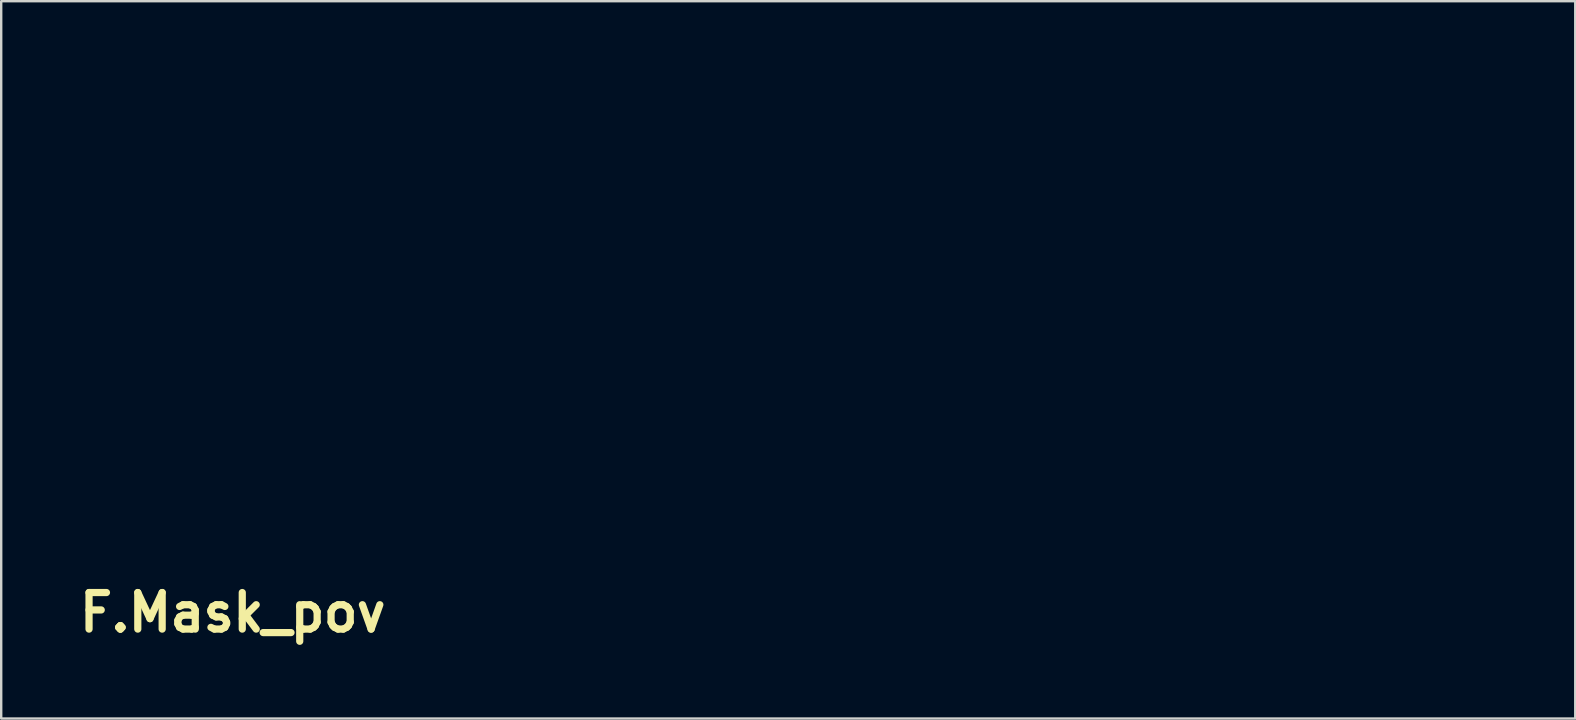
<source format=kicad_pcb>
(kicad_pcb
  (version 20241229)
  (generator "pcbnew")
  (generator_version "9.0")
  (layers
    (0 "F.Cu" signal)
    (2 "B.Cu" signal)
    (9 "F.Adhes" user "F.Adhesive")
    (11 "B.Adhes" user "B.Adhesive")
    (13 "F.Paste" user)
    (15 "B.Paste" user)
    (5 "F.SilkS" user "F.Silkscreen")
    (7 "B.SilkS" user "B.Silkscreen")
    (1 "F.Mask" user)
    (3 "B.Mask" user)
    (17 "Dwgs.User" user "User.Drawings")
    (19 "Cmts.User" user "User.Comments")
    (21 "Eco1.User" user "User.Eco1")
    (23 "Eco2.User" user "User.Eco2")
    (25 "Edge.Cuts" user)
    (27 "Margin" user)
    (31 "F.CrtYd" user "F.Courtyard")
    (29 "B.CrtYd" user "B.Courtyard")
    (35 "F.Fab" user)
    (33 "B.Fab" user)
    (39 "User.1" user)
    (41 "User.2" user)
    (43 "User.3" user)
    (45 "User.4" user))
  (footprint "F.Mask_pov"
    (layer "F.Cu")
    (at 6.648 22.48)
    (property "Reference" "F.Mask_pov" (at 0 0 0) (layer "F.SilkS") (effects (font (size 1.524 1.524) (thickness 0.3))))
    (attr through_hole)
    (fp_poly (pts (xy 15.47 -22.412) (xy 15.704 -22.412) (xy 15.953 -22.411) (xy 16.214 -22.41) (xy 16.288 -22.409) (xy 16.606 -22.408) (xy 16.885 -22.406) (xy 17.128 -22.404) (xy 17.338 -22.402) (xy 17.519 -22.399) (xy 17.673 -22.396) (xy 17.805 -22.391) (xy 17.917 -22.386) (xy 18.013 -22.379) (xy 18.095 -22.371) (xy 18.167 -22.361) (xy 18.233 -22.349) (xy 18.295 -22.335) (xy 18.357 -22.318) (xy 18.422 -22.299) (xy 18.493 -22.278) (xy 18.5 -22.276) (xy 18.788 -22.169) (xy 19.047 -22.033) (xy 19.277 -21.871) (xy 19.476 -21.682) (xy 19.642 -21.469) (xy 19.773 -21.234) (xy 19.869 -20.976) (xy 19.878 -20.944) (xy 19.907 -20.799) (xy 19.923 -20.627) (xy 19.928 -20.441) (xy 19.92 -20.256) (xy 19.901 -20.084) (xy 19.88 -19.977) (xy 19.796 -19.716) (xy 19.68 -19.483) (xy 19.532 -19.277) (xy 19.353 -19.101) (xy 19.144 -18.953) (xy 18.906 -18.836) (xy 18.799 -18.797) (xy 18.657 -18.754) (xy 18.507 -18.717) (xy 18.346 -18.688) (xy 18.168 -18.665) (xy 17.969 -18.648) (xy 17.743 -18.636) (xy 17.485 -18.629) (xy 17.192 -18.627) (xy 17.14 -18.627) (xy 16.489 -18.627) (xy 16.489 -17.056) (xy 16.345 -16.912) (xy 15.438 -16.913) (xy 15.212 -16.913) (xy 15.024 -16.914) (xy 14.872 -16.916) (xy 14.75 -16.918) (xy 14.656 -16.921) (xy 14.585 -16.925) (xy 14.534 -16.93) (xy 14.5 -16.936) (xy 14.477 -16.943) (xy 14.473 -16.945) (xy 14.424 -16.981) (xy 14.394 -17.017) (xy 14.39 -17.045) (xy 14.387 -17.116) (xy 14.384 -17.228) (xy 14.381 -17.383) (xy 14.379 -17.579) (xy 14.377 -17.818) (xy 14.375 -18.099) (xy 14.374 -18.422) (xy 14.373 -18.788) (xy 14.372 -19.195) (xy 14.372 -19.645) (xy 14.372 -19.67) (xy 14.372 -20.934) (xy 16.489 -20.934) (xy 16.489 -20.087) (xy 17.002 -20.087) (xy 17.154 -20.088) (xy 17.294 -20.091) (xy 17.416 -20.095) (xy 17.512 -20.1) (xy 17.576 -20.106) (xy 17.594 -20.109) (xy 17.687 -20.151) (xy 17.771 -20.217) (xy 17.83 -20.293) (xy 17.831 -20.296) (xy 17.869 -20.412) (xy 17.875 -20.535) (xy 17.851 -20.655) (xy 17.8 -20.763) (xy 17.725 -20.851) (xy 17.638 -20.905) (xy 17.603 -20.915) (xy 17.548 -20.922) (xy 17.467 -20.928) (xy 17.357 -20.931) (xy 17.213 -20.933) (xy 17.031 -20.934) (xy 16.489 -20.934) (xy 14.372 -20.934) (xy 14.372 -22.283) (xy 14.427 -22.338) (xy 14.484 -22.38) (xy 14.547 -22.405) (xy 14.55 -22.406) (xy 14.581 -22.408) (xy 14.652 -22.409) (xy 14.758 -22.411) (xy 14.896 -22.411) (xy 15.063 -22.412) (xy 15.255 -22.412) (xy 15.47 -22.412)) (stroke (width 0.01) (type solid)) (fill yes) (layer "F.Mask"))
    (fp_poly (pts (xy 43.596 -22.472) (xy 43.774 -22.465) (xy 43.935 -22.455) (xy 44.07 -22.442) (xy 44.143 -22.43) (xy 44.45 -22.362) (xy 44.738 -22.28) (xy 44.996 -22.186) (xy 45.073 -22.153) (xy 45.234 -22.068) (xy 45.407 -21.955) (xy 45.583 -21.82) (xy 45.751 -21.672) (xy 45.902 -21.519) (xy 45.992 -21.413) (xy 46.099 -21.265) (xy 46.184 -21.119) (xy 46.245 -20.98) (xy 46.282 -20.853) (xy 46.291 -20.744) (xy 46.273 -20.655) (xy 46.24 -20.605) (xy 46.188 -20.553) (xy 45.225 -20.553) (xy 44.993 -20.553) (xy 44.786 -20.555) (xy 44.605 -20.557) (xy 44.454 -20.56) (xy 44.337 -20.563) (xy 44.254 -20.568) (xy 44.211 -20.573) (xy 44.207 -20.574) (xy 44.164 -20.599) (xy 44.105 -20.646) (xy 44.048 -20.699) (xy 43.972 -20.765) (xy 43.883 -20.828) (xy 43.821 -20.863) (xy 43.768 -20.888) (xy 43.721 -20.905) (xy 43.671 -20.915) (xy 43.606 -20.921) (xy 43.518 -20.923) (xy 43.423 -20.923) (xy 43.213 -20.914) (xy 43.037 -20.884) (xy 42.891 -20.832) (xy 42.772 -20.757) (xy 42.676 -20.658) (xy 42.64 -20.606) (xy 42.577 -20.503) (xy 42.57 -19.733) (xy 42.569 -19.508) (xy 42.568 -19.321) (xy 42.57 -19.168) (xy 42.574 -19.044) (xy 42.582 -18.945) (xy 42.593 -18.866) (xy 42.609 -18.803) (xy 42.63 -18.752) (xy 42.658 -18.708) (xy 42.691 -18.667) (xy 42.733 -18.624) (xy 42.743 -18.614) (xy 42.87 -18.516) (xy 43.027 -18.444) (xy 43.207 -18.398) (xy 43.406 -18.379) (xy 43.619 -18.388) (xy 43.804 -18.419) (xy 43.961 -18.47) (xy 44.098 -18.547) (xy 44.21 -18.646) (xy 44.292 -18.761) (xy 44.331 -18.865) (xy 44.345 -18.923) (xy 43.79 -18.923) (xy 43.646 -19.067) (xy 43.646 -20.091) (xy 43.718 -20.163) (xy 43.79 -20.235) (xy 46.211 -20.235) (xy 46.285 -20.161) (xy 46.359 -20.087) (xy 46.349 -19.426) (xy 46.345 -19.217) (xy 46.341 -19.044) (xy 46.335 -18.901) (xy 46.327 -18.782) (xy 46.315 -18.681) (xy 46.3 -18.591) (xy 46.281 -18.506) (xy 46.256 -18.42) (xy 46.226 -18.328) (xy 46.223 -18.32) (xy 46.115 -18.067) (xy 45.971 -17.836) (xy 45.792 -17.627) (xy 45.58 -17.44) (xy 45.334 -17.277) (xy 45.058 -17.138) (xy 44.751 -17.024) (xy 44.415 -16.935) (xy 44.106 -16.881) (xy 43.961 -16.864) (xy 43.787 -16.852) (xy 43.598 -16.843) (xy 43.404 -16.838) (xy 43.219 -16.838) (xy 43.055 -16.843) (xy 42.958 -16.849) (xy 42.573 -16.898) (xy 42.217 -16.973) (xy 41.891 -17.073) (xy 41.597 -17.199) (xy 41.334 -17.35) (xy 41.104 -17.524) (xy 40.907 -17.723) (xy 40.745 -17.945) (xy 40.666 -18.087) (xy 40.596 -18.251) (xy 40.533 -18.44) (xy 40.485 -18.636) (xy 40.467 -18.733) (xy 40.459 -18.812) (xy 40.451 -18.925) (xy 40.446 -19.067) (xy 40.442 -19.23) (xy 40.439 -19.408) (xy 40.438 -19.594) (xy 40.438 -19.783) (xy 40.44 -19.966) (xy 40.443 -20.139) (xy 40.447 -20.293) (xy 40.453 -20.424) (xy 40.461 -20.523) (xy 40.468 -20.574) (xy 40.542 -20.875) (xy 40.65 -21.151) (xy 40.792 -21.403) (xy 40.968 -21.629) (xy 41.177 -21.83) (xy 41.419 -22.005) (xy 41.693 -22.154) (xy 42 -22.277) (xy 42.338 -22.373) (xy 42.707 -22.442) (xy 42.765 -22.449) (xy 42.892 -22.462) (xy 43.048 -22.47) (xy 43.224 -22.475) (xy 43.409 -22.475) (xy 43.596 -22.472)) (stroke (width 0.01) (type solid)) (fill yes) (layer "F.Mask"))
    (fp_poly (pts (xy 35.154 -22.413) (xy 35.394 -22.412) (xy 35.671 -22.411) (xy 35.987 -22.409) (xy 35.99 -22.409) (xy 36.31 -22.408) (xy 36.591 -22.406) (xy 36.835 -22.404) (xy 37.046 -22.402) (xy 37.226 -22.4) (xy 37.378 -22.398) (xy 37.506 -22.395) (xy 37.611 -22.392) (xy 37.698 -22.389) (xy 37.768 -22.385) (xy 37.825 -22.38) (xy 37.872 -22.375) (xy 37.911 -22.369) (xy 37.931 -22.365) (xy 38.252 -22.285) (xy 38.541 -22.179) (xy 38.798 -22.048) (xy 39.022 -21.89) (xy 39.213 -21.708) (xy 39.37 -21.501) (xy 39.456 -21.347) (xy 39.519 -21.208) (xy 39.566 -21.08) (xy 39.598 -20.952) (xy 39.618 -20.812) (xy 39.628 -20.65) (xy 39.63 -20.489) (xy 39.627 -20.3) (xy 39.615 -20.141) (xy 39.593 -20.003) (xy 39.558 -19.874) (xy 39.509 -19.743) (xy 39.466 -19.647) (xy 39.364 -19.469) (xy 39.236 -19.299) (xy 39.09 -19.148) (xy 38.935 -19.026) (xy 38.888 -18.997) (xy 38.827 -18.961) (xy 39.31 -18.058) (xy 39.426 -17.84) (xy 39.524 -17.656) (xy 39.604 -17.503) (xy 39.668 -17.377) (xy 39.717 -17.276) (xy 39.752 -17.195) (xy 39.775 -17.132) (xy 39.787 -17.084) (xy 39.789 -17.047) (xy 39.782 -17.018) (xy 39.768 -16.994) (xy 39.748 -16.971) (xy 39.741 -16.964) (xy 39.689 -16.912) (xy 38.72 -16.913) (xy 38.491 -16.913) (xy 38.3 -16.913) (xy 38.144 -16.914) (xy 38.018 -16.916) (xy 37.918 -16.918) (xy 37.842 -16.921) (xy 37.784 -16.925) (xy 37.74 -16.93) (xy 37.708 -16.937) (xy 37.682 -16.945) (xy 37.664 -16.953) (xy 37.602 -16.987) (xy 37.555 -17.026) (xy 37.545 -17.037) (xy 37.53 -17.066) (xy 37.5 -17.129) (xy 37.456 -17.222) (xy 37.402 -17.34) (xy 37.339 -17.48) (xy 37.268 -17.636) (xy 37.193 -17.805) (xy 37.167 -17.865) (xy 36.819 -18.648) (xy 36.497 -18.648) (xy 36.174 -18.648) (xy 36.174 -17.056) (xy 36.03 -16.912) (xy 34.185 -16.912) (xy 34.116 -16.974) (xy 34.047 -17.036) (xy 34.041 -19.631) (xy 34.04 -20.024) (xy 34.039 -20.376) (xy 34.039 -20.691) (xy 34.038 -20.934) (xy 36.174 -20.934) (xy 36.174 -20.13) (xy 36.709 -20.13) (xy 36.875 -20.13) (xy 37.006 -20.131) (xy 37.104 -20.133) (xy 37.178 -20.137) (xy 37.231 -20.142) (xy 37.269 -20.15) (xy 37.298 -20.16) (xy 37.317 -20.169) (xy 37.38 -20.219) (xy 37.435 -20.292) (xy 37.44 -20.301) (xy 37.467 -20.362) (xy 37.481 -20.421) (xy 37.484 -20.496) (xy 37.482 -20.542) (xy 37.475 -20.631) (xy 37.459 -20.695) (xy 37.43 -20.753) (xy 37.407 -20.789) (xy 37.347 -20.86) (xy 37.285 -20.905) (xy 37.272 -20.91) (xy 37.226 -20.918) (xy 37.142 -20.925) (xy 37.022 -20.93) (xy 36.87 -20.933) (xy 36.69 -20.934) (xy 36.174 -20.934) (xy 34.038 -20.934) (xy 34.038 -20.97) (xy 34.038 -21.215) (xy 34.039 -21.429) (xy 34.04 -21.615) (xy 34.042 -21.773) (xy 34.044 -21.906) (xy 34.047 -22.017) (xy 34.052 -22.108) (xy 34.057 -22.181) (xy 34.064 -22.238) (xy 34.072 -22.281) (xy 34.081 -22.313) (xy 34.091 -22.335) (xy 34.104 -22.351) (xy 34.118 -22.362) (xy 34.133 -22.37) (xy 34.151 -22.378) (xy 34.165 -22.385) (xy 34.18 -22.391) (xy 34.202 -22.396) (xy 34.233 -22.4) (xy 34.276 -22.404) (xy 34.335 -22.407) (xy 34.411 -22.41) (xy 34.508 -22.411) (xy 34.628 -22.413) (xy 34.774 -22.413) (xy 34.948 -22.413) (xy 35.154 -22.413)) (stroke (width 0.01) (type solid)) (fill yes) (layer "F.Mask"))
    (fp_poly (pts (xy 23.502 -22.473) (xy 23.693 -22.468) (xy 23.849 -22.46) (xy 23.98 -22.45) (xy 24.095 -22.437) (xy 24.202 -22.419) (xy 24.208 -22.418) (xy 24.541 -22.339) (xy 24.851 -22.233) (xy 25.138 -22.102) (xy 25.397 -21.947) (xy 25.626 -21.77) (xy 25.821 -21.573) (xy 25.957 -21.394) (xy 26.078 -21.176) (xy 26.173 -20.928) (xy 26.24 -20.657) (xy 26.269 -20.451) (xy 26.277 -20.348) (xy 26.283 -20.216) (xy 26.286 -20.059) (xy 26.288 -19.886) (xy 26.287 -19.702) (xy 26.285 -19.513) (xy 26.281 -19.326) (xy 26.276 -19.148) (xy 26.269 -18.984) (xy 26.261 -18.842) (xy 26.251 -18.727) (xy 26.241 -18.646) (xy 26.237 -18.63) (xy 26.16 -18.356) (xy 26.059 -18.112) (xy 25.931 -17.891) (xy 25.772 -17.686) (xy 25.72 -17.628) (xy 25.568 -17.477) (xy 25.419 -17.355) (xy 25.261 -17.25) (xy 25.114 -17.171) (xy 24.858 -17.062) (xy 24.568 -16.973) (xy 24.251 -16.905) (xy 23.911 -16.86) (xy 23.554 -16.837) (xy 23.183 -16.837) (xy 22.915 -16.851) (xy 22.629 -16.883) (xy 22.344 -16.933) (xy 22.072 -16.999) (xy 21.824 -17.078) (xy 21.676 -17.137) (xy 21.547 -17.204) (xy 21.404 -17.294) (xy 21.261 -17.398) (xy 21.131 -17.505) (xy 21.076 -17.557) (xy 20.883 -17.774) (xy 20.728 -18.006) (xy 20.608 -18.256) (xy 20.522 -18.53) (xy 20.478 -18.754) (xy 20.469 -18.832) (xy 20.462 -18.946) (xy 20.457 -19.088) (xy 20.452 -19.252) (xy 20.451 -19.295) (xy 22.587 -19.295) (xy 22.588 -19.146) (xy 22.591 -19.026) (xy 22.597 -18.931) (xy 22.605 -18.856) (xy 22.617 -18.797) (xy 22.633 -18.748) (xy 22.654 -18.707) (xy 22.68 -18.668) (xy 22.711 -18.627) (xy 22.712 -18.626) (xy 22.801 -18.543) (xy 22.923 -18.473) (xy 23.068 -18.419) (xy 23.228 -18.385) (xy 23.347 -18.375) (xy 23.408 -18.378) (xy 23.491 -18.386) (xy 23.557 -18.395) (xy 23.73 -18.44) (xy 23.878 -18.514) (xy 23.997 -18.614) (xy 24.002 -18.62) (xy 24.039 -18.664) (xy 24.069 -18.706) (xy 24.094 -18.751) (xy 24.113 -18.804) (xy 24.127 -18.869) (xy 24.137 -18.951) (xy 24.144 -19.055) (xy 24.148 -19.184) (xy 24.15 -19.344) (xy 24.151 -19.54) (xy 24.151 -19.662) (xy 24.15 -19.852) (xy 24.149 -20.025) (xy 24.146 -20.177) (xy 24.142 -20.303) (xy 24.137 -20.397) (xy 24.132 -20.456) (xy 24.13 -20.471) (xy 24.073 -20.6) (xy 23.981 -20.716) (xy 23.86 -20.812) (xy 23.718 -20.882) (xy 23.655 -20.902) (xy 23.515 -20.928) (xy 23.36 -20.935) (xy 23.204 -20.925) (xy 23.06 -20.899) (xy 22.955 -20.863) (xy 22.808 -20.777) (xy 22.697 -20.669) (xy 22.641 -20.585) (xy 22.629 -20.561) (xy 22.62 -20.537) (xy 22.612 -20.507) (xy 22.606 -20.466) (xy 22.601 -20.411) (xy 22.598 -20.337) (xy 22.595 -20.239) (xy 22.593 -20.113) (xy 22.591 -19.956) (xy 22.59 -19.761) (xy 22.589 -19.698) (xy 22.588 -19.478) (xy 22.587 -19.295) (xy 20.451 -19.295) (xy 20.449 -19.431) (xy 20.447 -19.617) (xy 20.447 -19.803) (xy 20.448 -19.984) (xy 20.45 -20.152) (xy 20.454 -20.299) (xy 20.46 -20.42) (xy 20.467 -20.507) (xy 20.469 -20.521) (xy 20.53 -20.824) (xy 20.625 -21.102) (xy 20.753 -21.354) (xy 20.915 -21.581) (xy 21.111 -21.783) (xy 21.341 -21.961) (xy 21.607 -22.115) (xy 21.907 -22.246) (xy 21.985 -22.274) (xy 22.204 -22.344) (xy 22.42 -22.397) (xy 22.641 -22.436) (xy 22.875 -22.461) (xy 23.131 -22.474) (xy 23.418 -22.475) (xy 23.502 -22.473)) (stroke (width 0.01) (type solid)) (fill yes) (layer "F.Mask"))
    (fp_poly (pts (xy 31.881 -22.413) (xy 32.114 -22.411) (xy 32.128 -22.411) (xy 33.003 -22.405) (xy 33.054 -22.346) (xy 33.088 -22.294) (xy 33.104 -22.245) (xy 33.105 -22.241) (xy 33.098 -22.215) (xy 33.077 -22.153) (xy 33.044 -22.057) (xy 33 -21.93) (xy 32.946 -21.774) (xy 32.882 -21.594) (xy 32.81 -21.39) (xy 32.731 -21.168) (xy 32.645 -20.928) (xy 32.555 -20.675) (xy 32.461 -20.411) (xy 32.363 -20.14) (xy 32.264 -19.863) (xy 32.163 -19.584) (xy 32.063 -19.305) (xy 31.964 -19.031) (xy 31.867 -18.763) (xy 31.774 -18.504) (xy 31.684 -18.258) (xy 31.6 -18.026) (xy 31.522 -17.813) (xy 31.452 -17.621) (xy 31.39 -17.453) (xy 31.338 -17.312) (xy 31.296 -17.2) (xy 31.266 -17.121) (xy 31.248 -17.078) (xy 31.245 -17.071) (xy 31.204 -17.023) (xy 31.143 -16.976) (xy 31.115 -16.96) (xy 31.093 -16.949) (xy 31.071 -16.94) (xy 31.044 -16.932) (xy 31.01 -16.926) (xy 30.964 -16.922) (xy 30.903 -16.918) (xy 30.822 -16.916) (xy 30.718 -16.914) (xy 30.586 -16.913) (xy 30.423 -16.913) (xy 30.226 -16.913) (xy 30.015 -16.914) (xy 29.776 -16.914) (xy 29.562 -16.916) (xy 29.376 -16.918) (xy 29.22 -16.921) (xy 29.098 -16.925) (xy 29.011 -16.929) (xy 28.963 -16.934) (xy 28.956 -16.936) (xy 28.867 -16.993) (xy 28.791 -17.086) (xy 28.743 -17.186) (xy 28.706 -17.285) (xy 28.658 -17.414) (xy 28.601 -17.571) (xy 28.534 -17.753) (xy 28.46 -17.957) (xy 28.379 -18.181) (xy 28.292 -18.421) (xy 28.201 -18.674) (xy 28.106 -18.938) (xy 28.008 -19.209) (xy 27.908 -19.485) (xy 27.808 -19.764) (xy 27.709 -20.041) (xy 27.61 -20.314) (xy 27.515 -20.581) (xy 27.423 -20.837) (xy 27.335 -21.082) (xy 27.254 -21.311) (xy 27.178 -21.522) (xy 27.111 -21.711) (xy 27.052 -21.877) (xy 27.003 -22.015) (xy 26.965 -22.124) (xy 26.939 -22.2) (xy 26.926 -22.24) (xy 26.924 -22.246) (xy 26.937 -22.288) (xy 26.97 -22.339) (xy 26.975 -22.346) (xy 27.026 -22.405) (xy 27.907 -22.411) (xy 28.151 -22.412) (xy 28.363 -22.412) (xy 28.541 -22.41) (xy 28.683 -22.407) (xy 28.787 -22.403) (xy 28.852 -22.398) (xy 28.869 -22.395) (xy 28.95 -22.356) (xy 29.031 -22.285) (xy 29.033 -22.283) (xy 29.049 -22.265) (xy 29.064 -22.245) (xy 29.079 -22.221) (xy 29.095 -22.189) (xy 29.113 -22.147) (xy 29.134 -22.091) (xy 29.159 -22.019) (xy 29.189 -21.928) (xy 29.225 -21.815) (xy 29.267 -21.677) (xy 29.318 -21.511) (xy 29.377 -21.315) (xy 29.446 -21.084) (xy 29.526 -20.818) (xy 29.559 -20.707) (xy 29.632 -20.465) (xy 29.701 -20.236) (xy 29.765 -20.021) (xy 29.825 -19.826) (xy 29.878 -19.652) (xy 29.924 -19.503) (xy 29.962 -19.382) (xy 29.99 -19.293) (xy 30.008 -19.237) (xy 30.016 -19.22) (xy 30.024 -19.239) (xy 30.042 -19.296) (xy 30.071 -19.387) (xy 30.109 -19.508) (xy 30.155 -19.656) (xy 30.208 -19.827) (xy 30.266 -20.019) (xy 30.329 -20.228) (xy 30.396 -20.45) (xy 30.416 -20.516) (xy 30.507 -20.821) (xy 30.587 -21.087) (xy 30.656 -21.319) (xy 30.716 -21.518) (xy 30.768 -21.687) (xy 30.811 -21.828) (xy 30.847 -21.945) (xy 30.877 -22.039) (xy 30.902 -22.114) (xy 30.923 -22.172) (xy 30.939 -22.216) (xy 30.954 -22.247) (xy 30.966 -22.27) (xy 30.977 -22.287) (xy 30.988 -22.299) (xy 31 -22.311) (xy 31.003 -22.314) (xy 31.031 -22.338) (xy 31.061 -22.358) (xy 31.099 -22.375) (xy 31.147 -22.388) (xy 31.21 -22.397) (xy 31.291 -22.404) (xy 31.395 -22.409) (xy 31.525 -22.412) (xy 31.686 -22.413) (xy 31.881 -22.413)) (stroke (width 0.01) (type solid)) (fill yes) (layer "F.Mask"))
    (fp_poly (pts (xy 48.921 -22.415) (xy 49.149 -22.415) (xy 49.418 -22.415) (xy 49.679 -22.414) (xy 49.93 -22.413) (xy 50.166 -22.411) (xy 50.384 -22.409) (xy 50.578 -22.407) (xy 50.747 -22.404) (xy 50.885 -22.401) (xy 50.989 -22.398) (xy 51.056 -22.395) (xy 51.061 -22.394) (xy 51.391 -22.354) (xy 51.687 -22.289) (xy 51.948 -22.201) (xy 52.175 -22.089) (xy 52.367 -21.952) (xy 52.527 -21.79) (xy 52.653 -21.604) (xy 52.746 -21.392) (xy 52.806 -21.154) (xy 52.829 -20.979) (xy 52.837 -20.743) (xy 52.818 -20.535) (xy 52.769 -20.352) (xy 52.691 -20.188) (xy 52.58 -20.04) (xy 52.489 -19.948) (xy 52.422 -19.89) (xy 52.357 -19.841) (xy 52.308 -19.81) (xy 52.307 -19.81) (xy 52.243 -19.779) (xy 52.341 -19.732) (xy 52.472 -19.652) (xy 52.598 -19.539) (xy 52.715 -19.4) (xy 52.813 -19.246) (xy 52.887 -19.084) (xy 52.901 -19.043) (xy 52.927 -18.923) (xy 52.944 -18.775) (xy 52.95 -18.61) (xy 52.946 -18.441) (xy 52.931 -18.281) (xy 52.907 -18.142) (xy 52.9 -18.116) (xy 52.816 -17.876) (xy 52.7 -17.664) (xy 52.552 -17.48) (xy 52.371 -17.321) (xy 52.158 -17.19) (xy 51.911 -17.084) (xy 51.816 -17.052) (xy 51.748 -17.031) (xy 51.686 -17.013) (xy 51.628 -16.997) (xy 51.57 -16.983) (xy 51.509 -16.971) (xy 51.443 -16.961) (xy 51.368 -16.952) (xy 51.282 -16.945) (xy 51.181 -16.939) (xy 51.062 -16.934) (xy 50.923 -16.931) (xy 50.761 -16.928) (xy 50.572 -16.926) (xy 50.354 -16.924) (xy 50.103 -16.923) (xy 49.817 -16.922) (xy 49.492 -16.92) (xy 49.371 -16.92) (xy 49.063 -16.919) (xy 48.773 -16.919) (xy 48.504 -16.919) (xy 48.26 -16.92) (xy 48.041 -16.921) (xy 47.852 -16.922) (xy 47.693 -16.924) (xy 47.569 -16.926) (xy 47.48 -16.928) (xy 47.43 -16.931) (xy 47.42 -16.933) (xy 47.375 -16.964) (xy 47.335 -17.011) (xy 47.329 -17.021) (xy 47.324 -17.035) (xy 47.32 -17.055) (xy 47.316 -17.083) (xy 47.312 -17.122) (xy 47.309 -17.174) (xy 47.306 -17.241) (xy 47.304 -17.325) (xy 47.302 -17.429) (xy 47.3 -17.554) (xy 47.298 -17.704) (xy 47.297 -17.88) (xy 47.296 -18.085) (xy 47.295 -18.321) (xy 47.294 -18.59) (xy 47.293 -18.894) (xy 47.293 -19.029) (xy 49.361 -19.029) (xy 49.361 -18.288) (xy 49.977 -18.288) (xy 50.158 -18.288) (xy 50.301 -18.289) (xy 50.413 -18.291) (xy 50.496 -18.294) (xy 50.557 -18.299) (xy 50.6 -18.305) (xy 50.63 -18.313) (xy 50.652 -18.323) (xy 50.653 -18.324) (xy 50.698 -18.363) (xy 50.746 -18.424) (xy 50.767 -18.459) (xy 50.812 -18.578) (xy 50.82 -18.697) (xy 50.794 -18.807) (xy 50.734 -18.902) (xy 50.644 -18.974) (xy 50.631 -18.981) (xy 50.602 -18.995) (xy 50.572 -19.006) (xy 50.537 -19.015) (xy 50.491 -19.02) (xy 50.429 -19.025) (xy 50.344 -19.027) (xy 50.233 -19.028) (xy 50.088 -19.029) (xy 49.949 -19.029) (xy 49.361 -19.029) (xy 47.293 -19.029) (xy 47.292 -19.237) (xy 47.291 -19.619) (xy 47.291 -19.623) (xy 47.29 -20.023) (xy 47.29 -20.382) (xy 47.29 -20.703) (xy 47.29 -20.987) (xy 47.29 -21.04) (xy 49.361 -21.04) (xy 49.361 -20.338) (xy 49.92 -20.345) (xy 50.089 -20.347) (xy 50.221 -20.35) (xy 50.322 -20.352) (xy 50.396 -20.356) (xy 50.448 -20.362) (xy 50.485 -20.369) (xy 50.511 -20.378) (xy 50.531 -20.391) (xy 50.538 -20.395) (xy 50.622 -20.474) (xy 50.67 -20.565) (xy 50.69 -20.668) (xy 50.688 -20.784) (xy 50.658 -20.876) (xy 50.595 -20.957) (xy 50.574 -20.976) (xy 50.502 -21.04) (xy 49.361 -21.04) (xy 47.29 -21.04) (xy 47.29 -21.237) (xy 47.291 -21.454) (xy 47.292 -21.641) (xy 47.293 -21.798) (xy 47.295 -21.93) (xy 47.298 -22.036) (xy 47.3 -22.12) (xy 47.303 -22.182) (xy 47.307 -22.226) (xy 47.311 -22.253) (xy 47.312 -22.259) (xy 47.321 -22.287) (xy 47.329 -22.311) (xy 47.339 -22.332) (xy 47.355 -22.35) (xy 47.378 -22.365) (xy 47.411 -22.378) (xy 47.458 -22.388) (xy 47.521 -22.396) (xy 47.602 -22.403) (xy 47.705 -22.408) (xy 47.831 -22.411) (xy 47.985 -22.413) (xy 48.168 -22.415) (xy 48.383 -22.415) (xy 48.633 -22.415) (xy 48.921 -22.415)) (stroke (width 0.01) (type solid)) (fill yes) (layer "F.Mask")))
  (gr_rect
    (start -3 -3)
    (end 62.603 26.898)
    (stroke (width 0.1) (type default))
    (fill no)
    (layer "Edge.Cuts")))
</source>
